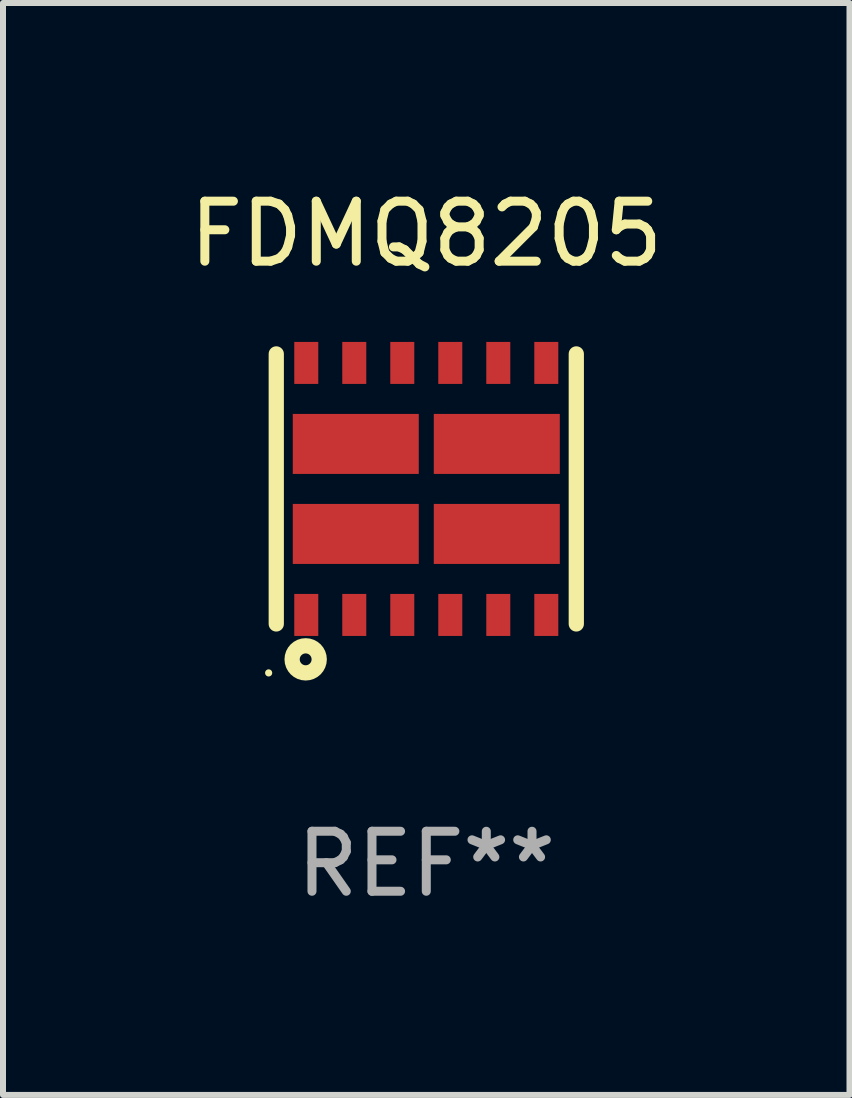
<source format=kicad_pcb>
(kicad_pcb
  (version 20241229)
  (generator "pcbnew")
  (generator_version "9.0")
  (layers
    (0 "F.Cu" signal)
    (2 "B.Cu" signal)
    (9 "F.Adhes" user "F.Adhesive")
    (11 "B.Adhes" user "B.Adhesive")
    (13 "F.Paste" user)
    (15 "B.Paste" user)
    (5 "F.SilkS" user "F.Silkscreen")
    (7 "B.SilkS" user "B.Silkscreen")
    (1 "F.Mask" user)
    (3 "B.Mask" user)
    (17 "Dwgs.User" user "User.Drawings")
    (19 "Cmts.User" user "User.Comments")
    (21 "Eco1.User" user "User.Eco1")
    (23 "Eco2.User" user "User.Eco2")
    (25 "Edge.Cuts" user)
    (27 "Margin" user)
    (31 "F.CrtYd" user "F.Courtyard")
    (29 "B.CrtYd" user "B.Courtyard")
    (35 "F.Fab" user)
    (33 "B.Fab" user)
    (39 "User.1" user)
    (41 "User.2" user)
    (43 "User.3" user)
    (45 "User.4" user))
  (footprint "FDMQ8205"
    (layer "F.Cu")
    (at 4.054 5.098)
    (property "Reference" "FDMQ8205" (at 0 -4.25 0) (layer "F.SilkS") (effects (font (size 1 1) (thickness 0.15))))
    (attr through_hole)
    (fp_line (start -2.5 -2.25) (end -2.5 2.25) (stroke (width 0.254) (type solid)) (layer "F.SilkS"))
    (fp_line (start 2.5 -2.25) (end 2.5 2.25) (stroke (width 0.254) (type solid)) (layer "F.SilkS"))
    (fp_circle (center -2.627 3.066) (end -2.597 3.066) (stroke (width 0.06) (type solid)) (fill no) (layer "F.SilkS"))
    (fp_circle (center -2.01 2.84) (end -1.911 2.84) (stroke (width 0.254) (type solid)) (fill no) (layer "F.SilkS"))
    (fp_text user "REF**" (at 0 6.25 0) (layer "F.Fab") (effects (font (size 1 1) (thickness 0.15))))
    (pad "1" smd rect (at -2 2.1) (size 0.4 0.7) (layers "F.Cu" "F.Mask" "F.Paste"))
    (pad "2" smd rect (at -1.2 2.1) (size 0.4 0.7) (layers "F.Cu" "F.Mask" "F.Paste"))
    (pad "3" smd rect (at -0.4 2.1) (size 0.4 0.7) (layers "F.Cu" "F.Mask" "F.Paste"))
    (pad "4" smd rect (at 0.4 2.1) (size 0.4 0.7) (layers "F.Cu" "F.Mask" "F.Paste"))
    (pad "5" smd rect (at 1.2 2.1) (size 0.4 0.7) (layers "F.Cu" "F.Mask" "F.Paste"))
    (pad "6" smd rect (at 2 2.1) (size 0.4 0.7) (layers "F.Cu" "F.Mask" "F.Paste"))
    (pad "7" smd rect (at 2 -2.1) (size 0.4 0.7) (layers "F.Cu" "F.Mask" "F.Paste"))
    (pad "8" smd rect (at 1.2 -2.1) (size 0.4 0.7) (layers "F.Cu" "F.Mask" "F.Paste"))
    (pad "9" smd rect (at 0.4 -2.1) (size 0.4 0.7) (layers "F.Cu" "F.Mask" "F.Paste"))
    (pad "10" smd rect (at -0.4 -2.1) (size 0.4 0.7) (layers "F.Cu" "F.Mask" "F.Paste"))
    (pad "11" smd rect (at -1.2 -2.1) (size 0.4 0.7) (layers "F.Cu" "F.Mask" "F.Paste"))
    (pad "12" smd rect (at -2 -2.1) (size 0.4 0.7) (layers "F.Cu" "F.Mask" "F.Paste"))
    (pad "13" smd rect (at -1.175 0.75 90) (size 1 2.1) (layers "F.Cu" "F.Mask" "F.Paste"))
    (pad "14" smd rect (at 1.175 0.75 90) (size 1 2.1) (layers "F.Cu" "F.Mask" "F.Paste"))
    (pad "15" smd rect (at 1.175 -0.75 90) (size 1 2.1) (layers "F.Cu" "F.Mask" "F.Paste"))
    (pad "16" smd rect (at -1.175 -0.75 90) (size 1 2.1) (layers "F.Cu" "F.Mask" "F.Paste")))
  (gr_rect
    (start -3 -3)
    (end 11.107 15.197)
    (stroke (width 0.1) (type default))
    (fill no)
    (layer "Edge.Cuts")))
</source>
